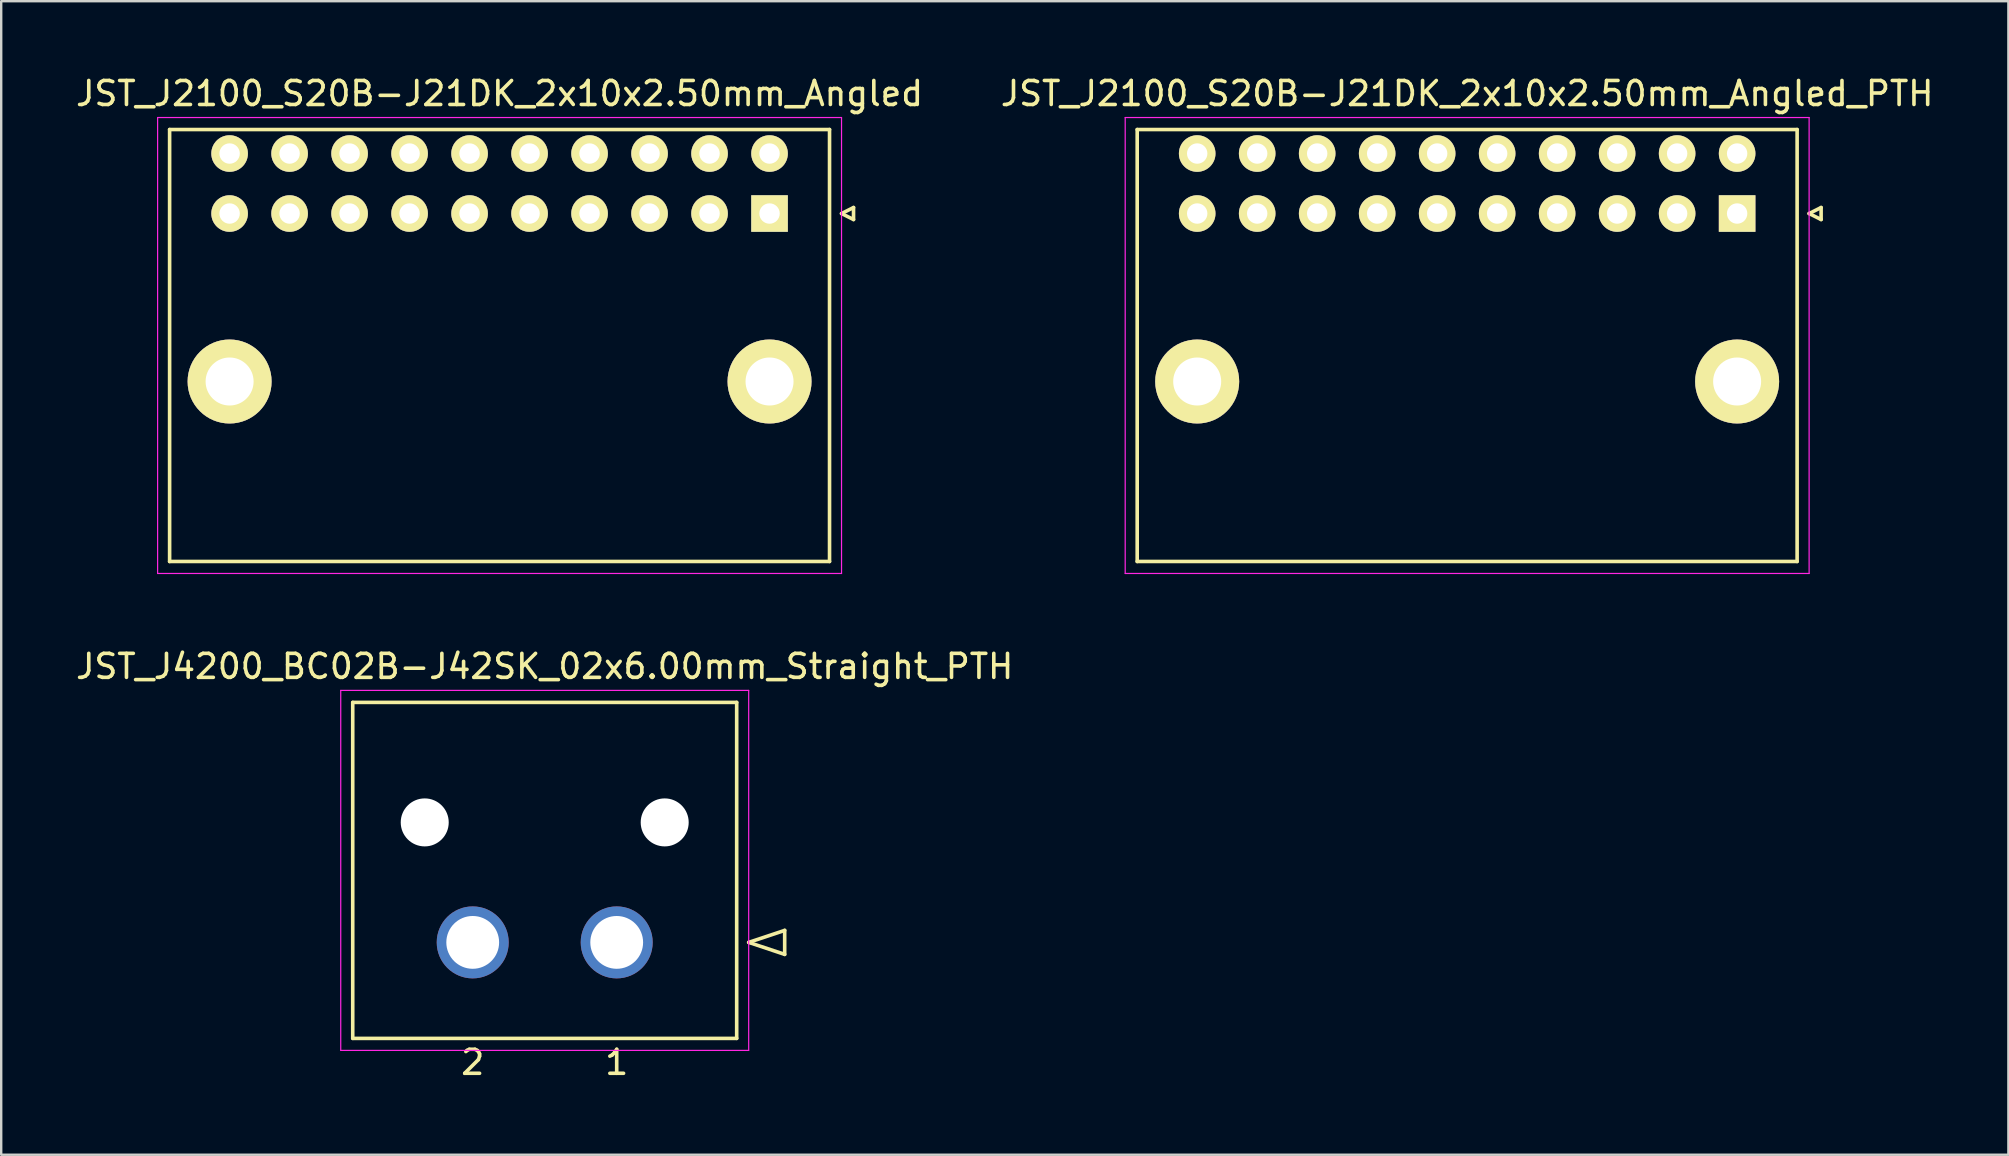
<source format=kicad_pcb>
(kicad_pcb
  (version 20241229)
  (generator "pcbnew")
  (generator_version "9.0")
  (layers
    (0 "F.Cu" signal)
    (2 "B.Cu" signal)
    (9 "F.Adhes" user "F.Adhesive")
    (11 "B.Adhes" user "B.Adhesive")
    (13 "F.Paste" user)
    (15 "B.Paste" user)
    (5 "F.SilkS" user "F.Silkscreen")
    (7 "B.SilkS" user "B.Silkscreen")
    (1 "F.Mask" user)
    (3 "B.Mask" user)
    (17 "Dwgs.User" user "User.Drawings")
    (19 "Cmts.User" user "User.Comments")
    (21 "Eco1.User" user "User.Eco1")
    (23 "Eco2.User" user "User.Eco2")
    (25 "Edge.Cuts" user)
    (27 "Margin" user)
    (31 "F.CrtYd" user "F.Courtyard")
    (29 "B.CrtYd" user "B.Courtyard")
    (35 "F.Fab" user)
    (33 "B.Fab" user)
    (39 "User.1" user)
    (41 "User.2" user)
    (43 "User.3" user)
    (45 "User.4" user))
  (footprint "JST_J2100_S20B-J21DK_2x10x2.50mm_Angled_PTH"
    (layer "F.Cu")
    (at 69.339 5.848)
    (property "Reference" "JST_J2100_S20B-J21DK_2x10x2.50mm_Angled_PTH" (at -11.25 -5 0) (layer "F.SilkS") (effects (font (size 1 1) (thickness 0.15))))
    (attr through_hole)
    (fp_line (start -25 -3.5) (end -25 14.5) (stroke (width 0.15) (type solid)) (layer "F.SilkS"))
    (fp_line (start 2.5 -3.5) (end -25 -3.5) (stroke (width 0.15) (type solid)) (layer "F.SilkS"))
    (fp_line (start 2.5 -3.5) (end 2.5 14.5) (stroke (width 0.15) (type solid)) (layer "F.SilkS"))
    (fp_line (start 2.5 14.5) (end -25 14.5) (stroke (width 0.15) (type solid)) (layer "F.SilkS"))
    (fp_line (start 3 0) (end 3.5 -0.25) (stroke (width 0.15) (type solid)) (layer "F.SilkS"))
    (fp_line (start 3.5 -0.25) (end 3.5 0.25) (stroke (width 0.15) (type solid)) (layer "F.SilkS"))
    (fp_line (start 3.5 0.25) (end 3 0) (stroke (width 0.15) (type solid)) (layer "F.SilkS"))
    (fp_line (start -25.5 -4) (end -25.5 15) (stroke (width 0.05) (type solid)) (layer "F.CrtYd"))
    (fp_line (start -25.5 15) (end 3 15) (stroke (width 0.05) (type solid)) (layer "F.CrtYd"))
    (fp_line (start 3 -4) (end -25.5 -4) (stroke (width 0.05) (type solid)) (layer "F.CrtYd"))
    (fp_line (start 3 15) (end 3 -4) (stroke (width 0.05) (type solid)) (layer "F.CrtYd"))
    (pad "" np_thru_hole circle (at -22.5 7) (size 3.5 3.5) (drill 2) (layers "*.Cu" "*.Mask" "F.SilkS"))
    (pad "" np_thru_hole circle (at 0 7) (size 3.5 3.5) (drill 2) (layers "*.Cu" "*.Mask" "F.SilkS"))
    (pad "1" thru_hole rect (at 0 0) (size 1.524 1.524) (drill 0.85) (layers "*.Cu" "*.Mask" "F.SilkS"))
    (pad "2" thru_hole circle (at 0 -2.5) (size 1.524 1.524) (drill 0.85) (layers "*.Cu" "*.Mask" "F.SilkS"))
    (pad "3" thru_hole circle (at -2.5 0) (size 1.524 1.524) (drill 0.85) (layers "*.Cu" "*.Mask" "F.SilkS"))
    (pad "4" thru_hole circle (at -2.5 -2.5) (size 1.524 1.524) (drill 0.85) (layers "*.Cu" "*.Mask" "F.SilkS"))
    (pad "5" thru_hole circle (at -5 0) (size 1.524 1.524) (drill 0.85) (layers "*.Cu" "*.Mask" "F.SilkS"))
    (pad "6" thru_hole circle (at -5 -2.5) (size 1.524 1.524) (drill 0.85) (layers "*.Cu" "*.Mask" "F.SilkS"))
    (pad "7" thru_hole circle (at -7.5 0) (size 1.524 1.524) (drill 0.85) (layers "*.Cu" "*.Mask" "F.SilkS"))
    (pad "8" thru_hole circle (at -7.5 -2.5) (size 1.524 1.524) (drill 0.85) (layers "*.Cu" "*.Mask" "F.SilkS"))
    (pad "9" thru_hole circle (at -10 0) (size 1.524 1.524) (drill 0.85) (layers "*.Cu" "*.Mask" "F.SilkS"))
    (pad "10" thru_hole circle (at -12.5 0) (size 1.524 1.524) (drill 0.85) (layers "*.Cu" "*.Mask" "F.SilkS"))
    (pad "10" thru_hole circle (at -10 -2.5) (size 1.524 1.524) (drill 0.85) (layers "*.Cu" "*.Mask" "F.SilkS"))
    (pad "12" thru_hole circle (at -12.5 -2.5) (size 1.524 1.524) (drill 0.85) (layers "*.Cu" "*.Mask" "F.SilkS"))
    (pad "13" thru_hole circle (at -15 0) (size 1.524 1.524) (drill 0.85) (layers "*.Cu" "*.Mask" "F.SilkS"))
    (pad "14" thru_hole circle (at -15 -2.5) (size 1.524 1.524) (drill 0.85) (layers "*.Cu" "*.Mask" "F.SilkS"))
    (pad "15" thru_hole circle (at -17.5 0) (size 1.524 1.524) (drill 0.85) (layers "*.Cu" "*.Mask" "F.SilkS"))
    (pad "16" thru_hole circle (at -17.5 -2.5) (size 1.524 1.524) (drill 0.85) (layers "*.Cu" "*.Mask" "F.SilkS"))
    (pad "17" thru_hole circle (at -20 0) (size 1.524 1.524) (drill 0.85) (layers "*.Cu" "*.Mask" "F.SilkS"))
    (pad "18" thru_hole circle (at -20 -2.5) (size 1.524 1.524) (drill 0.85) (layers "*.Cu" "*.Mask" "F.SilkS"))
    (pad "19" thru_hole circle (at -22.5 0) (size 1.524 1.524) (drill 0.85) (layers "*.Cu" "*.Mask" "F.SilkS"))
    (pad "20" thru_hole circle (at -22.5 -2.5) (size 1.524 1.524) (drill 0.85) (layers "*.Cu" "*.Mask" "F.SilkS")))
  (footprint "JST_J4200_BC02B-J42SK_02x6.00mm_Straight_PTH"
    (layer "F.Cu")
    (at 22.649 36.221)
    (property "Reference" "JST_J4200_BC02B-J42SK_02x6.00mm_Straight_PTH" (at -3 -11.5 0) (layer "F.SilkS") (effects (font (size 1 1) (thickness 0.15))))
    (attr through_hole)
    (fp_line (start -11 -10) (end -11 4) (stroke (width 0.15) (type solid)) (layer "F.SilkS"))
    (fp_line (start 5 -10) (end -11 -10) (stroke (width 0.15) (type solid)) (layer "F.SilkS"))
    (fp_line (start 5 -10) (end 5 4) (stroke (width 0.15) (type solid)) (layer "F.SilkS"))
    (fp_line (start 5 4) (end -11 4) (stroke (width 0.15) (type solid)) (layer "F.SilkS"))
    (fp_line (start 5.5 0) (end 7 -0.5) (stroke (width 0.15) (type solid)) (layer "F.SilkS"))
    (fp_line (start 5.5 0) (end 7 0.5) (stroke (width 0.15) (type solid)) (layer "F.SilkS"))
    (fp_line (start 7 -0.5) (end 7 0.5) (stroke (width 0.15) (type solid)) (layer "F.SilkS"))
    (fp_line (start -11.5 -10.5) (end -11.5 4.5) (stroke (width 0.05) (type solid)) (layer "F.CrtYd"))
    (fp_line (start -11.5 4.5) (end 5.5 4.5) (stroke (width 0.05) (type solid)) (layer "F.CrtYd"))
    (fp_line (start 5.5 -10.5) (end -11.5 -10.5) (stroke (width 0.05) (type solid)) (layer "F.CrtYd"))
    (fp_line (start 5.5 4.5) (end 5.5 -10.5) (stroke (width 0.05) (type solid)) (layer "F.CrtYd"))
    (fp_text user "1" (at 0 5 0) (layer "F.SilkS") (effects (font (size 1 1) (thickness 0.15))))
    (fp_text user "2" (at -6 5 0) (layer "F.SilkS") (effects (font (size 1 1) (thickness 0.15))))
    (pad "" np_thru_hole circle (at -8 -5) (size 2 2) (drill 2) (layers "*.Cu" "*.Mask"))
    (pad "" np_thru_hole circle (at 2 -5) (size 2 2) (drill 2) (layers "*.Cu" "*.Mask"))
    (pad "1" thru_hole circle (at 0 0) (size 3 3) (drill 2.2) (layers "*.Cu" "*.Mask"))
    (pad "2" thru_hole circle (at -6 0) (size 3 3) (drill 2.2) (layers "*.Cu" "*.Mask")))
  (footprint "JST_J2100_S20B-J21DK_2x10x2.50mm_Angled"
    (layer "F.Cu")
    (at 29.018 5.848)
    (property "Reference" "JST_J2100_S20B-J21DK_2x10x2.50mm_Angled" (at -11.25 -5 0) (layer "F.SilkS") (effects (font (size 1 1) (thickness 0.15))))
    (attr through_hole)
    (fp_line (start -25 -3.5) (end -25 14.5) (stroke (width 0.15) (type solid)) (layer "F.SilkS"))
    (fp_line (start 2.5 -3.5) (end -25 -3.5) (stroke (width 0.15) (type solid)) (layer "F.SilkS"))
    (fp_line (start 2.5 -3.5) (end 2.5 14.5) (stroke (width 0.15) (type solid)) (layer "F.SilkS"))
    (fp_line (start 2.5 14.5) (end -25 14.5) (stroke (width 0.15) (type solid)) (layer "F.SilkS"))
    (fp_line (start 3 0) (end 3.5 -0.25) (stroke (width 0.15) (type solid)) (layer "F.SilkS"))
    (fp_line (start 3.5 -0.25) (end 3.5 0.25) (stroke (width 0.15) (type solid)) (layer "F.SilkS"))
    (fp_line (start 3.5 0.25) (end 3 0) (stroke (width 0.15) (type solid)) (layer "F.SilkS"))
    (fp_line (start -25.5 -4) (end -25.5 15) (stroke (width 0.05) (type solid)) (layer "F.CrtYd"))
    (fp_line (start -25.5 15) (end 3 15) (stroke (width 0.05) (type solid)) (layer "F.CrtYd"))
    (fp_line (start 3 -4) (end -25.5 -4) (stroke (width 0.05) (type solid)) (layer "F.CrtYd"))
    (fp_line (start 3 15) (end 3 -4) (stroke (width 0.05) (type solid)) (layer "F.CrtYd"))
    (pad "" np_thru_hole circle (at -22.5 7) (size 3.5 3.5) (drill 2) (layers "*.Cu" "*.Mask" "F.SilkS"))
    (pad "" np_thru_hole circle (at 0 7) (size 3.5 3.5) (drill 2) (layers "*.Cu" "*.Mask" "F.SilkS"))
    (pad "1" thru_hole rect (at 0 0) (size 1.524 1.524) (drill 0.85) (layers "*.Cu" "*.Mask" "F.SilkS"))
    (pad "2" thru_hole circle (at 0 -2.5) (size 1.524 1.524) (drill 0.85) (layers "*.Cu" "*.Mask" "F.SilkS"))
    (pad "3" thru_hole circle (at -2.5 0) (size 1.524 1.524) (drill 0.85) (layers "*.Cu" "*.Mask" "F.SilkS"))
    (pad "4" thru_hole circle (at -2.5 -2.5) (size 1.524 1.524) (drill 0.85) (layers "*.Cu" "*.Mask" "F.SilkS"))
    (pad "5" thru_hole circle (at -5 0) (size 1.524 1.524) (drill 0.85) (layers "*.Cu" "*.Mask" "F.SilkS"))
    (pad "6" thru_hole circle (at -5 -2.5) (size 1.524 1.524) (drill 0.85) (layers "*.Cu" "*.Mask" "F.SilkS"))
    (pad "7" thru_hole circle (at -7.5 0) (size 1.524 1.524) (drill 0.85) (layers "*.Cu" "*.Mask" "F.SilkS"))
    (pad "8" thru_hole circle (at -7.5 -2.5) (size 1.524 1.524) (drill 0.85) (layers "*.Cu" "*.Mask" "F.SilkS"))
    (pad "9" thru_hole circle (at -10 0) (size 1.524 1.524) (drill 0.85) (layers "*.Cu" "*.Mask" "F.SilkS"))
    (pad "10" thru_hole circle (at -12.5 0) (size 1.524 1.524) (drill 0.85) (layers "*.Cu" "*.Mask" "F.SilkS"))
    (pad "10" thru_hole circle (at -10 -2.5) (size 1.524 1.524) (drill 0.85) (layers "*.Cu" "*.Mask" "F.SilkS"))
    (pad "12" thru_hole circle (at -12.5 -2.5) (size 1.524 1.524) (drill 0.85) (layers "*.Cu" "*.Mask" "F.SilkS"))
    (pad "13" thru_hole circle (at -15 0) (size 1.524 1.524) (drill 0.85) (layers "*.Cu" "*.Mask" "F.SilkS"))
    (pad "14" thru_hole circle (at -15 -2.5) (size 1.524 1.524) (drill 0.85) (layers "*.Cu" "*.Mask" "F.SilkS"))
    (pad "15" thru_hole circle (at -17.5 0) (size 1.524 1.524) (drill 0.85) (layers "*.Cu" "*.Mask" "F.SilkS"))
    (pad "16" thru_hole circle (at -17.5 -2.5) (size 1.524 1.524) (drill 0.85) (layers "*.Cu" "*.Mask" "F.SilkS"))
    (pad "17" thru_hole circle (at -20 0) (size 1.524 1.524) (drill 0.85) (layers "*.Cu" "*.Mask" "F.SilkS"))
    (pad "18" thru_hole circle (at -20 -2.5) (size 1.524 1.524) (drill 0.85) (layers "*.Cu" "*.Mask" "F.SilkS"))
    (pad "19" thru_hole circle (at -22.5 0) (size 1.524 1.524) (drill 0.85) (layers "*.Cu" "*.Mask" "F.SilkS"))
    (pad "20" thru_hole circle (at -22.5 -2.5) (size 1.524 1.524) (drill 0.85) (layers "*.Cu" "*.Mask" "F.SilkS")))
  (gr_rect
    (start -3 -3)
    (end 80.643 45.07)
    (stroke (width 0.1) (type default))
    (fill no)
    (layer "Edge.Cuts")))
</source>
